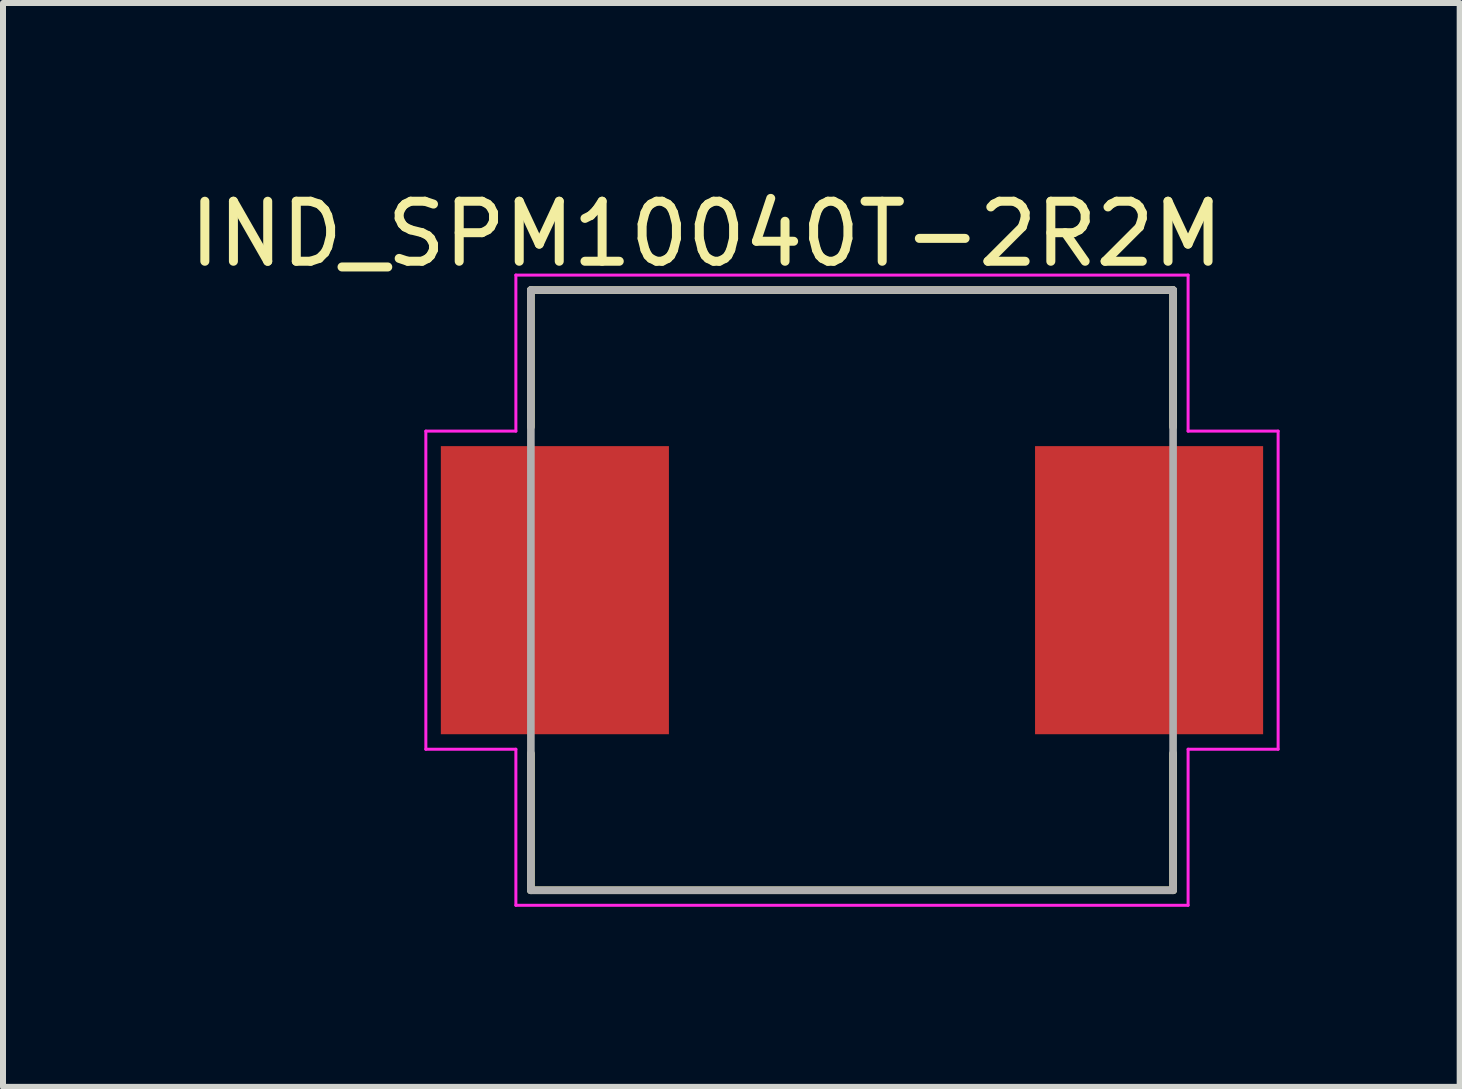
<source format=kicad_pcb>
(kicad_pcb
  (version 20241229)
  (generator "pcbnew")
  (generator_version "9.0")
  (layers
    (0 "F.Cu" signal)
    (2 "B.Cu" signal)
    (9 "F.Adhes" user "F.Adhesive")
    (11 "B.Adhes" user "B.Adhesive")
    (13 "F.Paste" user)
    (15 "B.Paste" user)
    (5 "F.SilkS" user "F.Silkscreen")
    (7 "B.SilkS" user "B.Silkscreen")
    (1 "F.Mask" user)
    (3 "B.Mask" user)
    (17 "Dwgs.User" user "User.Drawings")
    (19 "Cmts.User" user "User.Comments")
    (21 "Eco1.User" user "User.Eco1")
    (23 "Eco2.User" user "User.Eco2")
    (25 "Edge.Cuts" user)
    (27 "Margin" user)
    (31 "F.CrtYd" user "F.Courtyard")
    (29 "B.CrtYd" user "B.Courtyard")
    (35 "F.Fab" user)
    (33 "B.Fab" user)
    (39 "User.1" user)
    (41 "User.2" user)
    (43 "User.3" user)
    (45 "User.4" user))
  (footprint "IND_SPM10040T-2R2M"
    (layer "F.Cu")
    (at 11.145 6.783)
    (property "Reference" "IND_SPM10040T-2R2M" (at -2.425 -5.935 0) (layer "F.SilkS") (effects (font (size 1 1) (thickness 0.15))))
    (attr smd)
    (fp_line (start -5.35 -5) (end 5.35 -5) (stroke (width 0.127) (type solid)) (layer "F.SilkS"))
    (fp_line (start -5.35 -2.72) (end -5.35 -5) (stroke (width 0.127) (type solid)) (layer "F.SilkS"))
    (fp_line (start -5.35 2.72) (end -5.35 5) (stroke (width 0.127) (type solid)) (layer "F.SilkS"))
    (fp_line (start -5.35 5) (end 5.35 5) (stroke (width 0.127) (type solid)) (layer "F.SilkS"))
    (fp_line (start 5.35 -5) (end 5.35 -2.72) (stroke (width 0.127) (type solid)) (layer "F.SilkS"))
    (fp_line (start 5.35 5) (end 5.35 2.72) (stroke (width 0.127) (type solid)) (layer "F.SilkS"))
    (fp_line (start -7.1 -2.65) (end -5.6 -2.65) (stroke (width 0.05) (type solid)) (layer "F.CrtYd"))
    (fp_line (start -7.1 2.65) (end -7.1 -2.65) (stroke (width 0.05) (type solid)) (layer "F.CrtYd"))
    (fp_line (start -5.6 -5.25) (end 5.6 -5.25) (stroke (width 0.05) (type solid)) (layer "F.CrtYd"))
    (fp_line (start -5.6 -2.65) (end -5.6 -5.25) (stroke (width 0.05) (type solid)) (layer "F.CrtYd"))
    (fp_line (start -5.6 2.65) (end -7.1 2.65) (stroke (width 0.05) (type solid)) (layer "F.CrtYd"))
    (fp_line (start -5.6 5.25) (end -5.6 2.65) (stroke (width 0.05) (type solid)) (layer "F.CrtYd"))
    (fp_line (start 5.6 -5.25) (end 5.6 -2.65) (stroke (width 0.05) (type solid)) (layer "F.CrtYd"))
    (fp_line (start 5.6 -2.65) (end 7.1 -2.65) (stroke (width 0.05) (type solid)) (layer "F.CrtYd"))
    (fp_line (start 5.6 2.65) (end 5.6 5.25) (stroke (width 0.05) (type solid)) (layer "F.CrtYd"))
    (fp_line (start 5.6 5.25) (end -5.6 5.25) (stroke (width 0.05) (type solid)) (layer "F.CrtYd"))
    (fp_line (start 7.1 2.65) (end 5.6 2.65) (stroke (width 0.05) (type solid)) (layer "F.CrtYd"))
    (fp_line (start 7.1 2.65) (end 7.1 -2.65) (stroke (width 0.05) (type solid)) (layer "F.CrtYd"))
    (fp_line (start -5.35 -5) (end 5.35 -5) (stroke (width 0.127) (type solid)) (layer "F.Fab"))
    (fp_line (start -5.35 5) (end -5.35 -5) (stroke (width 0.127) (type solid)) (layer "F.Fab"))
    (fp_line (start 5.35 -5) (end 5.35 5) (stroke (width 0.127) (type solid)) (layer "F.Fab"))
    (fp_line (start 5.35 5) (end -5.35 5) (stroke (width 0.127) (type solid)) (layer "F.Fab"))
    (pad "1" smd rect (at -4.95 0) (size 3.8 4.8) (layers "F.Cu" "F.Mask" "F.Paste"))
    (pad "2" smd rect (at 4.95 0) (size 3.8 4.8) (layers "F.Cu" "F.Mask" "F.Paste")))
  (gr_rect
    (start -3 -3)
    (end 21.27 15.058)
    (stroke (width 0.1) (type default))
    (fill no)
    (layer "Edge.Cuts")))
</source>
